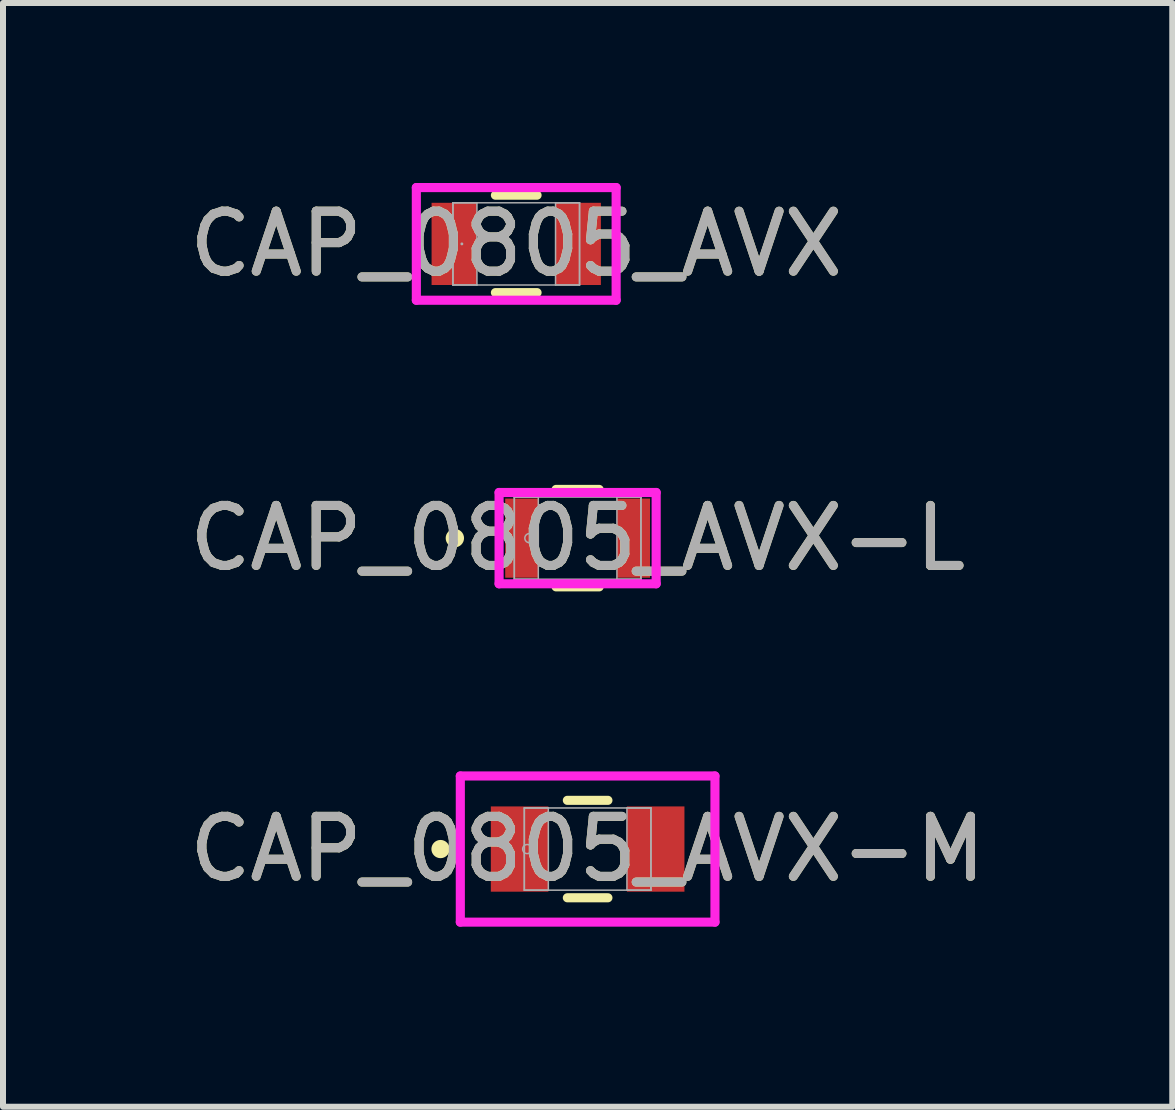
<source format=kicad_pcb>
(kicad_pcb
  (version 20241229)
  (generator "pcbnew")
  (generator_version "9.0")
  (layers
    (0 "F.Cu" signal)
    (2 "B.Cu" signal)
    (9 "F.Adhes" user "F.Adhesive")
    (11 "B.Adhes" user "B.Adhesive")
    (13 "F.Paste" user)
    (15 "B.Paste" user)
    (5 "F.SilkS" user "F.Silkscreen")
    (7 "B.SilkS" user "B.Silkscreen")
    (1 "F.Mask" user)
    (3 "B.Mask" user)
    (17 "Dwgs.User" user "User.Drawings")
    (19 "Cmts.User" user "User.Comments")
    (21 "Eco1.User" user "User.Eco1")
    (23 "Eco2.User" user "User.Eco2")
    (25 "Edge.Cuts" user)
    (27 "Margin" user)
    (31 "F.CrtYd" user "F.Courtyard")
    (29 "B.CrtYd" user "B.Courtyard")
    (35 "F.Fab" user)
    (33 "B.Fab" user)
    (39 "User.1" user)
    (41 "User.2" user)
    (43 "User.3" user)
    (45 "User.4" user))
  (footprint "CAP_0805_AVX-M"
    (layer "F.Cu")
    (at 6.744 11.101)
    (property "Reference" "CAP_0805_AVX-M" (at 0 0 0) (unlocked yes) (layer "F.SilkS") (effects (font (size 1 1) (thickness 0.15))))
    (attr smd)
    (fp_line (start -0.338 0.812) (end 0.338 0.812) (stroke (width 0.152) (type solid)) (layer "F.SilkS"))
    (fp_line (start 0.338 -0.812) (end -0.338 -0.812) (stroke (width 0.152) (type solid)) (layer "F.SilkS"))
    (fp_circle (center -2.452 0) (end -2.376 0) (stroke (width 0.152) (type solid)) (fill no) (layer "F.SilkS"))
    (fp_line (start -2.122 -1.218) (end 2.122 -1.218) (stroke (width 0.152) (type solid)) (layer "F.CrtYd"))
    (fp_line (start -2.122 1.218) (end -2.122 -1.218) (stroke (width 0.152) (type solid)) (layer "F.CrtYd"))
    (fp_line (start 2.122 -1.218) (end 2.122 1.218) (stroke (width 0.152) (type solid)) (layer "F.CrtYd"))
    (fp_line (start 2.122 1.218) (end -2.122 1.218) (stroke (width 0.152) (type solid)) (layer "F.CrtYd"))
    (fp_line (start -1.055 -0.685) (end -1.055 0.685) (stroke (width 0.025) (type solid)) (layer "F.Fab"))
    (fp_line (start -1.055 -0.685) (end -1.055 0.685) (stroke (width 0.025) (type solid)) (layer "F.Fab"))
    (fp_line (start -1.055 0.685) (end -0.655 0.685) (stroke (width 0.025) (type solid)) (layer "F.Fab"))
    (fp_line (start -1.055 0.685) (end 1.055 0.685) (stroke (width 0.025) (type solid)) (layer "F.Fab"))
    (fp_line (start -0.655 -0.685) (end -1.055 -0.685) (stroke (width 0.025) (type solid)) (layer "F.Fab"))
    (fp_line (start -0.655 0.685) (end -0.655 -0.685) (stroke (width 0.025) (type solid)) (layer "F.Fab"))
    (fp_line (start 0.655 -0.685) (end 0.655 0.685) (stroke (width 0.025) (type solid)) (layer "F.Fab"))
    (fp_line (start 0.655 0.685) (end 1.055 0.685) (stroke (width 0.025) (type solid)) (layer "F.Fab"))
    (fp_line (start 1.055 -0.685) (end -1.055 -0.685) (stroke (width 0.025) (type solid)) (layer "F.Fab"))
    (fp_line (start 1.055 -0.685) (end 0.655 -0.685) (stroke (width 0.025) (type solid)) (layer "F.Fab"))
    (fp_line (start 1.055 0.685) (end 1.055 -0.685) (stroke (width 0.025) (type solid)) (layer "F.Fab"))
    (fp_line (start 1.055 0.685) (end 1.055 -0.685) (stroke (width 0.025) (type solid)) (layer "F.Fab"))
    (fp_circle (center -1.007 0) (end -0.931 0) (stroke (width 0.025) (type solid)) (fill no) (layer "F.Fab"))
    (fp_text user "${REFERENCE}" (at 0 0 0) (unlocked yes) (layer "F.Fab") (effects (font (size 1 1) (thickness 0.15))))
    (pad "1" smd rect (at -1.134 0) (size 0.959 1.421) (layers "F.Cu" "F.Mask" "F.Paste"))
    (pad "2" smd rect (at 1.134 0) (size 0.959 1.421) (layers "F.Cu" "F.Mask" "F.Paste"))
    (zone (net_name "") (layer "F.Cu") (hatch full 0.508) (connect_pads) (min_thickness 0.254) (filled_areas_thickness no) (keepout (tracks not_allowed) (vias not_allowed) (pads allowed) (copperpour not_allowed) (footprints allowed)) (placement (enabled no)) (fill) (polygon (pts (xy 6.14 10.467) (xy 7.348 10.467) (xy 7.348 11.736) (xy 6.14 11.736)))))
  (footprint "CAP_0805_AVX"
    (layer "F.Cu")
    (at 5.554 1.015)
    (property "Reference" "CAP_0805_AVX" (at 0 0 0) (unlocked yes) (layer "F.SilkS") (effects (font (size 1 1) (thickness 0.15))))
    (attr smd)
    (fp_line (start -0.347 0.812) (end 0.347 0.812) (stroke (width 0.152) (type solid)) (layer "F.SilkS"))
    (fp_line (start 0.347 -0.812) (end -0.347 -0.812) (stroke (width 0.152) (type solid)) (layer "F.SilkS"))
    (fp_line (start -1.665 -0.939) (end 1.665 -0.939) (stroke (width 0.152) (type solid)) (layer "F.CrtYd"))
    (fp_line (start -1.665 0.939) (end -1.665 -0.939) (stroke (width 0.152) (type solid)) (layer "F.CrtYd"))
    (fp_line (start 1.665 -0.939) (end 1.665 0.939) (stroke (width 0.152) (type solid)) (layer "F.CrtYd"))
    (fp_line (start 1.665 0.939) (end -1.665 0.939) (stroke (width 0.152) (type solid)) (layer "F.CrtYd"))
    (fp_line (start -1.055 -0.685) (end -1.055 0.685) (stroke (width 0.025) (type solid)) (layer "F.Fab"))
    (fp_line (start -1.055 -0.685) (end -1.055 0.685) (stroke (width 0.025) (type solid)) (layer "F.Fab"))
    (fp_line (start -1.055 0.685) (end -0.655 0.685) (stroke (width 0.025) (type solid)) (layer "F.Fab"))
    (fp_line (start -1.055 0.685) (end 1.055 0.685) (stroke (width 0.025) (type solid)) (layer "F.Fab"))
    (fp_line (start -0.655 -0.685) (end -1.055 -0.685) (stroke (width 0.025) (type solid)) (layer "F.Fab"))
    (fp_line (start -0.655 0.685) (end -0.655 -0.685) (stroke (width 0.025) (type solid)) (layer "F.Fab"))
    (fp_line (start 0.655 -0.685) (end 0.655 0.685) (stroke (width 0.025) (type solid)) (layer "F.Fab"))
    (fp_line (start 0.655 0.685) (end 1.055 0.685) (stroke (width 0.025) (type solid)) (layer "F.Fab"))
    (fp_line (start 1.055 -0.685) (end -1.055 -0.685) (stroke (width 0.025) (type solid)) (layer "F.Fab"))
    (fp_line (start 1.055 -0.685) (end 0.655 -0.685) (stroke (width 0.025) (type solid)) (layer "F.Fab"))
    (fp_line (start 1.055 0.685) (end 1.055 -0.685) (stroke (width 0.025) (type solid)) (layer "F.Fab"))
    (fp_line (start 1.055 0.685) (end 1.055 -0.685) (stroke (width 0.025) (type solid)) (layer "F.Fab"))
    (fp_circle (center -0.906 0) (end -0.906 0) (stroke (width 0.025) (type solid)) (fill no) (layer "F.Fab"))
    (fp_text user "${REFERENCE}" (at 0 0 0) (unlocked yes) (layer "F.Fab") (effects (font (size 1 1) (thickness 0.15))))
    (pad "1" smd rect (at -1.033 0) (size 0.756 1.37) (layers "F.Cu" "F.Mask" "F.Paste"))
    (pad "2" smd rect (at 1.033 0) (size 0.756 1.37) (layers "F.Cu" "F.Mask" "F.Paste"))
    (zone (net_name "") (layer "F.Cu") (hatch full 0.508) (connect_pads) (min_thickness 0.254) (filled_areas_thickness no) (keepout (tracks not_allowed) (vias not_allowed) (pads allowed) (copperpour not_allowed) (footprints allowed)) (placement (enabled no)) (fill) (polygon (pts (xy 4.949 0.381) (xy 6.158 0.381) (xy 6.158 1.649) (xy 4.949 1.649)))))
  (footprint "CAP_0805_AVX-L"
    (layer "F.Cu")
    (at 6.577 5.919)
    (property "Reference" "CAP_0805_AVX-L" (at 0 0 0) (unlocked yes) (layer "F.SilkS") (effects (font (size 1 1) (thickness 0.15))))
    (attr smd)
    (fp_line (start -0.359 0.812) (end 0.359 0.812) (stroke (width 0.152) (type solid)) (layer "F.SilkS"))
    (fp_line (start 0.359 -0.812) (end -0.359 -0.812) (stroke (width 0.152) (type solid)) (layer "F.SilkS"))
    (fp_circle (center -2.046 0) (end -1.969 0) (stroke (width 0.152) (type solid)) (fill no) (layer "F.SilkS"))
    (fp_line (start -1.309 -0.761) (end 1.309 -0.761) (stroke (width 0.152) (type solid)) (layer "F.CrtYd"))
    (fp_line (start -1.309 0.761) (end -1.309 -0.761) (stroke (width 0.152) (type solid)) (layer "F.CrtYd"))
    (fp_line (start 1.309 -0.761) (end 1.309 0.761) (stroke (width 0.152) (type solid)) (layer "F.CrtYd"))
    (fp_line (start 1.309 0.761) (end -1.309 0.761) (stroke (width 0.152) (type solid)) (layer "F.CrtYd"))
    (fp_line (start -1.055 -0.685) (end -1.055 0.685) (stroke (width 0.025) (type solid)) (layer "F.Fab"))
    (fp_line (start -1.055 -0.685) (end -1.055 0.685) (stroke (width 0.025) (type solid)) (layer "F.Fab"))
    (fp_line (start -1.055 0.685) (end -0.655 0.685) (stroke (width 0.025) (type solid)) (layer "F.Fab"))
    (fp_line (start -1.055 0.685) (end 1.055 0.685) (stroke (width 0.025) (type solid)) (layer "F.Fab"))
    (fp_line (start -0.655 -0.685) (end -1.055 -0.685) (stroke (width 0.025) (type solid)) (layer "F.Fab"))
    (fp_line (start -0.655 0.685) (end -0.655 -0.685) (stroke (width 0.025) (type solid)) (layer "F.Fab"))
    (fp_line (start 0.655 -0.685) (end 0.655 0.685) (stroke (width 0.025) (type solid)) (layer "F.Fab"))
    (fp_line (start 0.655 0.685) (end 1.055 0.685) (stroke (width 0.025) (type solid)) (layer "F.Fab"))
    (fp_line (start 1.055 -0.685) (end -1.055 -0.685) (stroke (width 0.025) (type solid)) (layer "F.Fab"))
    (fp_line (start 1.055 -0.685) (end 0.655 -0.685) (stroke (width 0.025) (type solid)) (layer "F.Fab"))
    (fp_line (start 1.055 0.685) (end 1.055 -0.685) (stroke (width 0.025) (type solid)) (layer "F.Fab"))
    (fp_line (start 1.055 0.685) (end 1.055 -0.685) (stroke (width 0.025) (type solid)) (layer "F.Fab"))
    (fp_circle (center -0.804 0) (end -0.728 0) (stroke (width 0.025) (type solid)) (fill no) (layer "F.Fab"))
    (fp_text user "${REFERENCE}" (at 0 0 0) (unlocked yes) (layer "F.Fab") (effects (font (size 1 1) (thickness 0.15))))
    (pad "1" smd rect (at -0.931 0) (size 0.552 1.319) (layers "F.Cu" "F.Mask" "F.Paste"))
    (pad "2" smd rect (at 0.931 0) (size 0.552 1.319) (layers "F.Cu" "F.Mask" "F.Paste"))
    (zone (net_name "") (layer "F.Cu") (hatch full 0.508) (connect_pads) (min_thickness 0.254) (filled_areas_thickness no) (keepout (tracks not_allowed) (vias not_allowed) (pads allowed) (copperpour not_allowed) (footprints allowed)) (placement (enabled no)) (fill) (polygon (pts (xy 5.973 5.284) (xy 7.182 5.284) (xy 7.182 6.553) (xy 5.973 6.553)))))
  (gr_rect
    (start -3 -3)
    (end 16.488 15.396)
    (stroke (width 0.1) (type default))
    (fill no)
    (layer "Edge.Cuts")))
</source>
